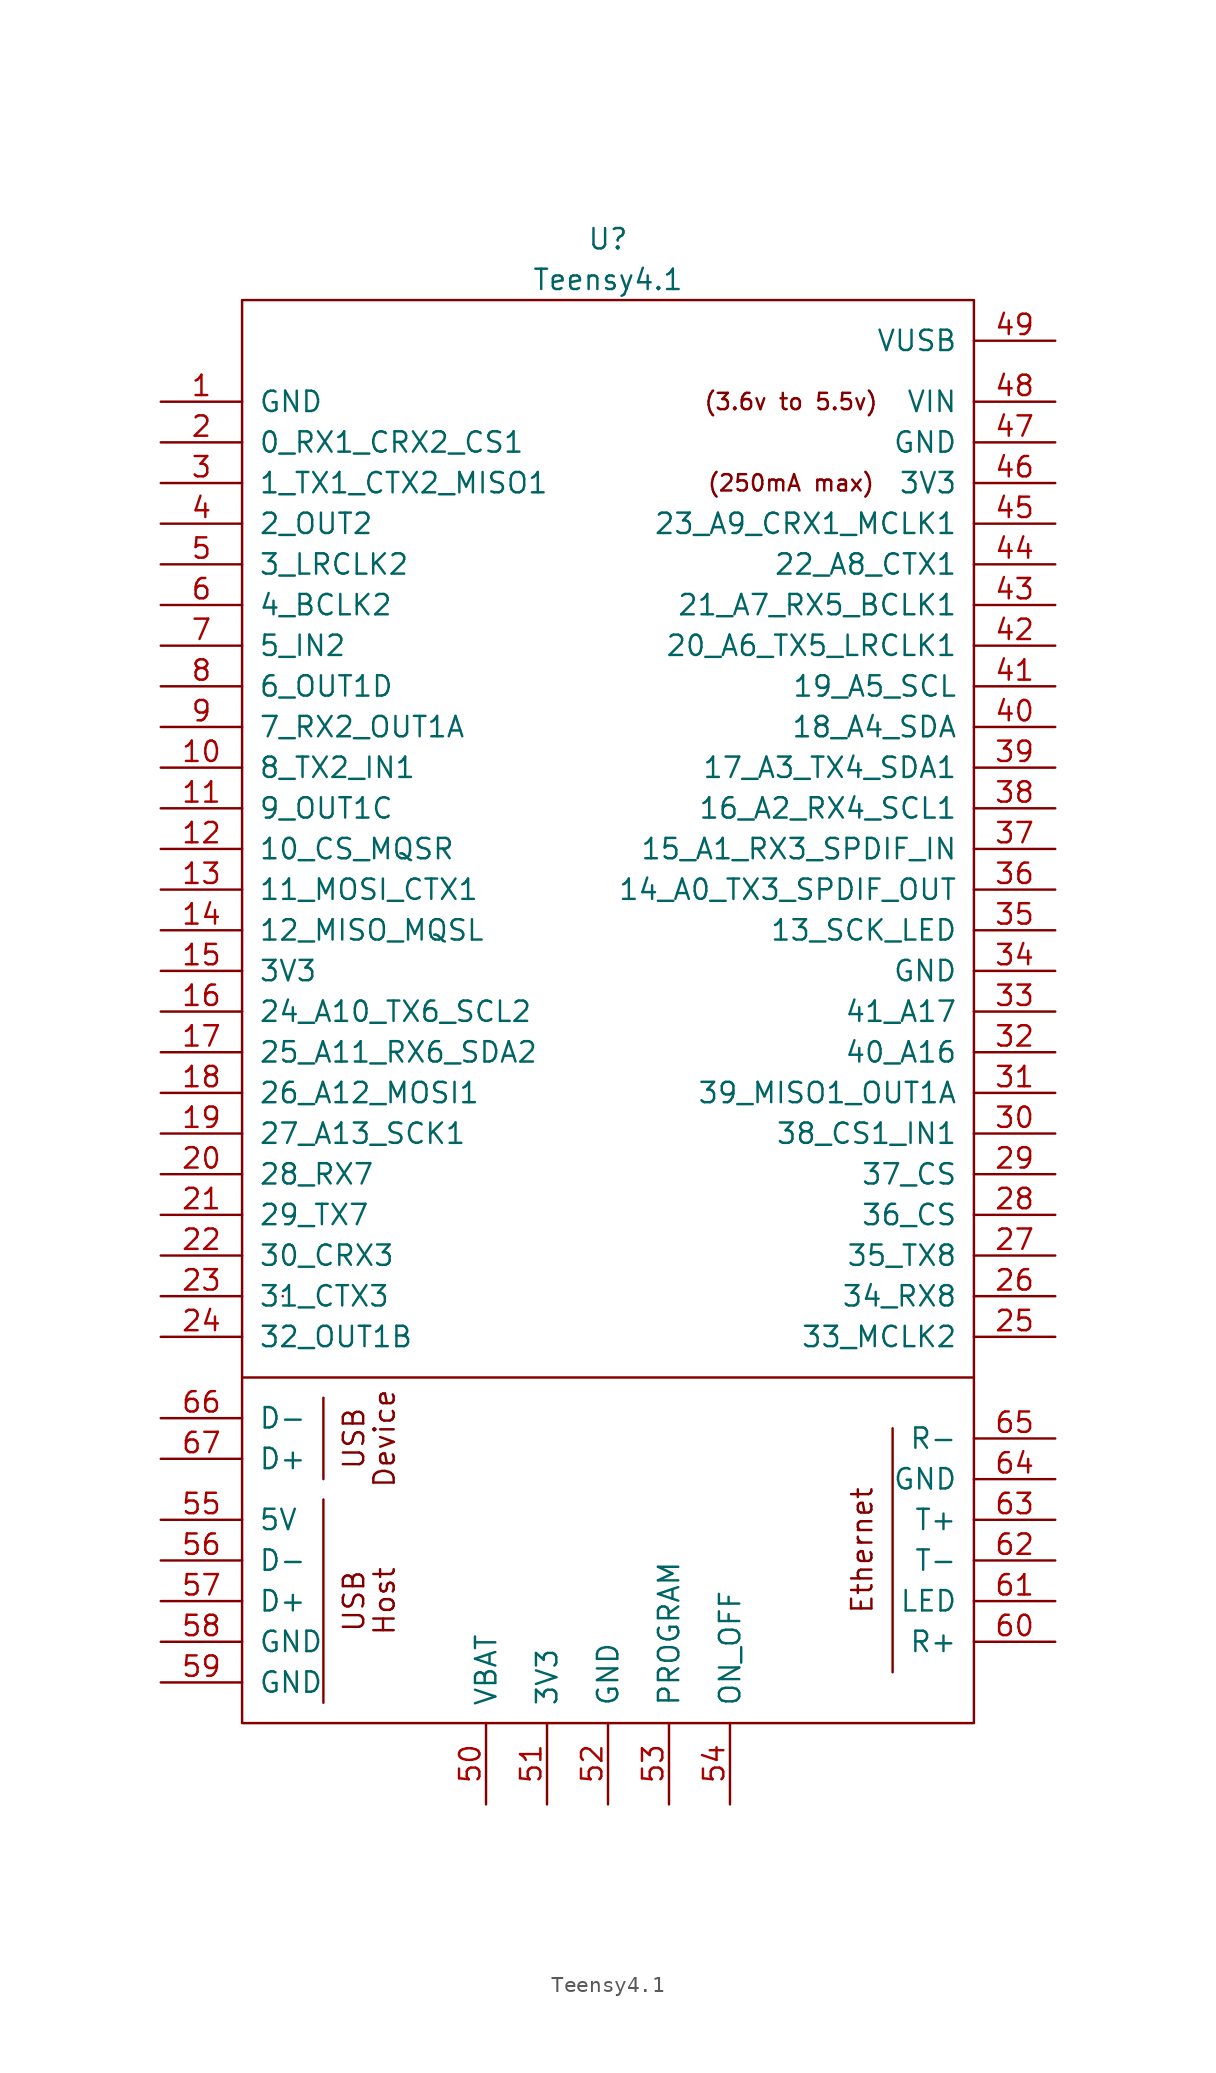
<source format=kicad_sym>
(kicad_symbol_lib
  (version 20211014)
  (generator kicad_symbol_editor)
  (symbol "Teensy4.1"
    (pin_names
      (offset 1.016))
    (property "Reference" "U"
      (at 0 64.77 0)
      (effects (font (size 1.27 1.27))))
    (property "Value" "Teensy4.1"
      (at 0 62.23 0)
      (effects (font (size 1.27 1.27))))
    (symbol "Teensy4.1_0_0"
      (polyline (pts (xy -22.86 -6.35) (xy 22.86 -6.35)) (stroke (width 0) (type default) (color 0 0 0 0)) (fill (type none)))
      (polyline (pts (xy -17.78 -26.67) (xy -17.78 -13.97)) (stroke (width 0) (type default) (color 0 0 0 0)) (fill (type none)))
      (polyline (pts (xy -17.78 -7.62) (xy -17.78 -12.7)) (stroke (width 0) (type default) (color 0 0 0 0)) (fill (type none)))
      (polyline (pts (xy 17.78 -9.525) (xy 17.78 -24.765)) (stroke (width 0) (type default) (color 0 0 0 0)) (fill (type none)))
      (text "(250mA max)" (at 11.43 49.53 0) (effects (font (size 1.016 1.016))))
      (text "(3.6v to 5.5v)" (at 11.43 54.61 0) (effects (font (size 1.016 1.016))))
      (text "Device" (at -13.97 -10.16 900) (effects (font (size 1.27 1.27))))
      (text "Ethernet" (at 15.875 -17.145 900) (effects (font (size 1.27 1.27))))
      (text "Host" (at -13.97 -20.32 900) (effects (font (size 1.27 1.27))))
      (text "USB" (at -15.875 -20.32 900) (effects (font (size 1.27 1.27))))
      (text "USB" (at -15.875 -10.16 900) (effects (font (size 1.27 1.27))))
      (pin bidirectional line (at -27.94 31.75 0) (length 5.08) (name "8_TX2_IN1" (effects (font (size 1.27 1.27)))) (number "10" (effects (font (size 1.27 1.27)))))
      (pin bidirectional line (at -27.94 29.21 0) (length 5.08) (name "9_OUT1C" (effects (font (size 1.27 1.27)))) (number "11" (effects (font (size 1.27 1.27)))))
      (pin bidirectional line (at -27.94 26.67 0) (length 5.08) (name "10_CS_MQSR" (effects (font (size 1.27 1.27)))) (number "12" (effects (font (size 1.27 1.27)))))
      (pin bidirectional line (at -27.94 24.13 0) (length 5.08) (name "11_MOSI_CTX1" (effects (font (size 1.27 1.27)))) (number "13" (effects (font (size 1.27 1.27)))))
      (pin bidirectional line (at -27.94 21.59 0) (length 5.08) (name "12_MISO_MQSL" (effects (font (size 1.27 1.27)))) (number "14" (effects (font (size 1.27 1.27)))))
      (pin power_in line (at -27.94 19.05 0) (length 5.08) (name "3V3" (effects (font (size 1.27 1.27)))) (number "15" (effects (font (size 1.27 1.27)))))
      (pin bidirectional line (at -27.94 16.51 0) (length 5.08) (name "24_A10_TX6_SCL2" (effects (font (size 1.27 1.27)))) (number "16" (effects (font (size 1.27 1.27)))))
      (pin bidirectional line (at -27.94 13.97 0) (length 5.08) (name "25_A11_RX6_SDA2" (effects (font (size 1.27 1.27)))) (number "17" (effects (font (size 1.27 1.27)))))
      (pin bidirectional line (at -27.94 11.43 0) (length 5.08) (name "26_A12_MOSI1" (effects (font (size 1.27 1.27)))) (number "18" (effects (font (size 1.27 1.27)))))
      (pin bidirectional line (at -27.94 8.89 0) (length 5.08) (name "27_A13_SCK1" (effects (font (size 1.27 1.27)))) (number "19" (effects (font (size 1.27 1.27)))))
      (pin bidirectional line (at -27.94 6.35 0) (length 5.08) (name "28_RX7" (effects (font (size 1.27 1.27)))) (number "20" (effects (font (size 1.27 1.27)))))
      (pin bidirectional line (at -27.94 3.81 0) (length 5.08) (name "29_TX7" (effects (font (size 1.27 1.27)))) (number "21" (effects (font (size 1.27 1.27)))))
      (pin bidirectional line (at -27.94 1.27 0) (length 5.08) (name "30_CRX3" (effects (font (size 1.27 1.27)))) (number "22" (effects (font (size 1.27 1.27)))))
      (pin bidirectional line (at -27.94 -1.27 0) (length 5.08) (name "31_CTX3" (effects (font (size 1.27 1.27)))) (number "23" (effects (font (size 1.27 1.27)))))
      (pin bidirectional line (at -27.94 -3.81 0) (length 5.08) (name "32_OUT1B" (effects (font (size 1.27 1.27)))) (number "24" (effects (font (size 1.27 1.27)))))
      (pin bidirectional line (at 27.94 -3.81 180) (length 5.08) (name "33_MCLK2" (effects (font (size 1.27 1.27)))) (number "25" (effects (font (size 1.27 1.27)))))
      (pin bidirectional line (at 27.94 -1.27 180) (length 5.08) (name "34_RX8" (effects (font (size 1.27 1.27)))) (number "26" (effects (font (size 1.27 1.27)))))
      (pin bidirectional line (at 27.94 1.27 180) (length 5.08) (name "35_TX8" (effects (font (size 1.27 1.27)))) (number "27" (effects (font (size 1.27 1.27)))))
      (pin bidirectional line (at 27.94 3.81 180) (length 5.08) (name "36_CS" (effects (font (size 1.27 1.27)))) (number "28" (effects (font (size 1.27 1.27)))))
      (pin bidirectional line (at 27.94 6.35 180) (length 5.08) (name "37_CS" (effects (font (size 1.27 1.27)))) (number "29" (effects (font (size 1.27 1.27)))))
      (pin bidirectional line (at 27.94 8.89 180) (length 5.08) (name "38_CS1_IN1" (effects (font (size 1.27 1.27)))) (number "30" (effects (font (size 1.27 1.27)))))
      (pin bidirectional line (at 27.94 11.43 180) (length 5.08) (name "39_MISO1_OUT1A" (effects (font (size 1.27 1.27)))) (number "31" (effects (font (size 1.27 1.27)))))
      (pin bidirectional line (at 27.94 13.97 180) (length 5.08) (name "40_A16" (effects (font (size 1.27 1.27)))) (number "32" (effects (font (size 1.27 1.27)))))
      (pin bidirectional line (at 27.94 16.51 180) (length 5.08) (name "41_A17" (effects (font (size 1.27 1.27)))) (number "33" (effects (font (size 1.27 1.27)))))
      (pin bidirectional line (at 27.94 21.59 180) (length 5.08) (name "13_SCK_LED" (effects (font (size 1.27 1.27)))) (number "35" (effects (font (size 1.27 1.27)))))
      (pin bidirectional line (at 27.94 24.13 180) (length 5.08) (name "14_A0_TX3_SPDIF_OUT" (effects (font (size 1.27 1.27)))) (number "36" (effects (font (size 1.27 1.27)))))
      (pin bidirectional line (at 27.94 26.67 180) (length 5.08) (name "15_A1_RX3_SPDIF_IN" (effects (font (size 1.27 1.27)))) (number "37" (effects (font (size 1.27 1.27)))))
      (pin bidirectional line (at 27.94 29.21 180) (length 5.08) (name "16_A2_RX4_SCL1" (effects (font (size 1.27 1.27)))) (number "38" (effects (font (size 1.27 1.27)))))
      (pin bidirectional line (at 27.94 31.75 180) (length 5.08) (name "17_A3_TX4_SDA1" (effects (font (size 1.27 1.27)))) (number "39" (effects (font (size 1.27 1.27)))))
      (pin bidirectional line (at 27.94 34.29 180) (length 5.08) (name "18_A4_SDA" (effects (font (size 1.27 1.27)))) (number "40" (effects (font (size 1.27 1.27)))))
      (pin bidirectional line (at 27.94 36.83 180) (length 5.08) (name "19_A5_SCL" (effects (font (size 1.27 1.27)))) (number "41" (effects (font (size 1.27 1.27)))))
      (pin bidirectional line (at 27.94 39.37 180) (length 5.08) (name "20_A6_TX5_LRCLK1" (effects (font (size 1.27 1.27)))) (number "42" (effects (font (size 1.27 1.27)))))
      (pin bidirectional line (at 27.94 41.91 180) (length 5.08) (name "21_A7_RX5_BCLK1" (effects (font (size 1.27 1.27)))) (number "43" (effects (font (size 1.27 1.27)))))
      (pin bidirectional line (at 27.94 44.45 180) (length 5.08) (name "22_A8_CTX1" (effects (font (size 1.27 1.27)))) (number "44" (effects (font (size 1.27 1.27)))))
      (pin bidirectional line (at 27.94 46.99 180) (length 5.08) (name "23_A9_CRX1_MCLK1" (effects (font (size 1.27 1.27)))) (number "45" (effects (font (size 1.27 1.27)))))
      (pin power_out line (at 27.94 49.53 180) (length 5.08) (name "3V3" (effects (font (size 1.27 1.27)))) (number "46" (effects (font (size 1.27 1.27)))))
      (pin power_in line (at 27.94 52.07 180) (length 5.08) (name "GND" (effects (font (size 1.27 1.27)))) (number "47" (effects (font (size 1.27 1.27)))))
      (pin power_in line (at 27.94 54.61 180) (length 5.08) (name "VIN" (effects (font (size 1.27 1.27)))) (number "48" (effects (font (size 1.27 1.27)))))
      (pin power_out line (at 27.94 58.42 180) (length 5.08) (name "VUSB" (effects (font (size 1.27 1.27)))) (number "49" (effects (font (size 1.27 1.27)))))
      (pin bidirectional line (at -27.94 44.45 0) (length 5.08) (name "3_LRCLK2" (effects (font (size 1.27 1.27)))) (number "5" (effects (font (size 1.27 1.27)))))
      (pin power_in line (at -7.62 -33.02 90) (length 5.08) (name "VBAT" (effects (font (size 1.27 1.27)))) (number "50" (effects (font (size 1.27 1.27)))))
      (pin power_in line (at -3.81 -33.02 90) (length 5.08) (name "3V3" (effects (font (size 1.27 1.27)))) (number "51" (effects (font (size 1.27 1.27)))))
      (pin input line (at 0 -33.02 90) (length 5.08) (name "GND" (effects (font (size 1.27 1.27)))) (number "52" (effects (font (size 1.27 1.27)))))
      (pin input line (at 3.81 -33.02 90) (length 5.08) (name "PROGRAM" (effects (font (size 1.27 1.27)))) (number "53" (effects (font (size 1.27 1.27)))))
      (pin input line (at 7.62 -33.02 90) (length 5.08) (name "ON_OFF" (effects (font (size 1.27 1.27)))) (number "54" (effects (font (size 1.27 1.27)))))
      (pin power_out line (at -27.94 -15.24 0) (length 5.08) (name "5V" (effects (font (size 1.27 1.27)))) (number "55" (effects (font (size 1.27 1.27)))))
      (pin bidirectional line (at -27.94 -17.78 0) (length 5.08) (name "D-" (effects (font (size 1.27 1.27)))) (number "56" (effects (font (size 1.27 1.27)))))
      (pin bidirectional line (at -27.94 -20.32 0) (length 5.08) (name "D+" (effects (font (size 1.27 1.27)))) (number "57" (effects (font (size 1.27 1.27)))))
      (pin power_in line (at -27.94 -22.86 0) (length 5.08) (name "GND" (effects (font (size 1.27 1.27)))) (number "58" (effects (font (size 1.27 1.27)))))
      (pin power_in line (at -27.94 -25.4 0) (length 5.08) (name "GND" (effects (font (size 1.27 1.27)))) (number "59" (effects (font (size 1.27 1.27)))))
      (pin bidirectional line (at -27.94 41.91 0) (length 5.08) (name "4_BCLK2" (effects (font (size 1.27 1.27)))) (number "6" (effects (font (size 1.27 1.27)))))
      (pin bidirectional line (at 27.94 -22.86 180) (length 5.08) (name "R+" (effects (font (size 1.27 1.27)))) (number "60" (effects (font (size 1.27 1.27)))))
      (pin bidirectional line (at 27.94 -20.32 180) (length 5.08) (name "LED" (effects (font (size 1.27 1.27)))) (number "61" (effects (font (size 1.27 1.27)))))
      (pin bidirectional line (at 27.94 -17.78 180) (length 5.08) (name "T-" (effects (font (size 1.27 1.27)))) (number "62" (effects (font (size 1.27 1.27)))))
      (pin bidirectional line (at 27.94 -15.24 180) (length 5.08) (name "T+" (effects (font (size 1.27 1.27)))) (number "63" (effects (font (size 1.27 1.27)))))
      (pin power_in line (at 27.94 -12.7 180) (length 5.08) (name "GND" (effects (font (size 1.27 1.27)))) (number "64" (effects (font (size 1.27 1.27)))))
      (pin bidirectional line (at 27.94 -10.16 180) (length 5.08) (name "R-" (effects (font (size 1.27 1.27)))) (number "65" (effects (font (size 1.27 1.27)))))
      (pin bidirectional line (at -27.94 -8.89 0) (length 5.08) (name "D-" (effects (font (size 1.27 1.27)))) (number "66" (effects (font (size 1.27 1.27)))))
      (pin bidirectional line (at -27.94 -11.43 0) (length 5.08) (name "D+" (effects (font (size 1.27 1.27)))) (number "67" (effects (font (size 1.27 1.27)))))
      (pin bidirectional line (at -27.94 39.37 0) (length 5.08) (name "5_IN2" (effects (font (size 1.27 1.27)))) (number "7" (effects (font (size 1.27 1.27)))))
      (pin bidirectional line (at -27.94 36.83 0) (length 5.08) (name "6_OUT1D" (effects (font (size 1.27 1.27)))) (number "8" (effects (font (size 1.27 1.27)))))
      (pin bidirectional line (at -27.94 34.29 0) (length 5.08) (name "7_RX2_OUT1A" (effects (font (size 1.27 1.27)))) (number "9" (effects (font (size 1.27 1.27))))))
    (symbol "Teensy4.1_0_1"
      (rectangle (start -22.86 60.96) (end 22.86 -27.94) (stroke (width 0) (type default) (color 0 0 0 0)) (fill (type none)))
      (rectangle (start -20.32 -1.27) (end -20.32 -1.27) (stroke (width 0) (type default) (color 0 0 0 0)) (fill (type none))))
    (symbol "Teensy4.1_1_1"
      (pin power_in line (at -27.94 54.61 0) (length 5.08) (name "GND" (effects (font (size 1.27 1.27)))) (number "1" (effects (font (size 1.27 1.27)))))
      (pin bidirectional line (at -27.94 52.07 0) (length 5.08) (name "0_RX1_CRX2_CS1" (effects (font (size 1.27 1.27)))) (number "2" (effects (font (size 1.27 1.27)))))
      (pin bidirectional line (at -27.94 49.53 0) (length 5.08) (name "1_TX1_CTX2_MISO1" (effects (font (size 1.27 1.27)))) (number "3" (effects (font (size 1.27 1.27)))))
      (pin power_in line (at 27.94 19.05 180) (length 5.08) (name "GND" (effects (font (size 1.27 1.27)))) (number "34" (effects (font (size 1.27 1.27)))))
      (pin bidirectional line (at -27.94 46.99 0) (length 5.08) (name "2_OUT2" (effects (font (size 1.27 1.27)))) (number "4" (effects (font (size 1.27 1.27))))))))
</source>
